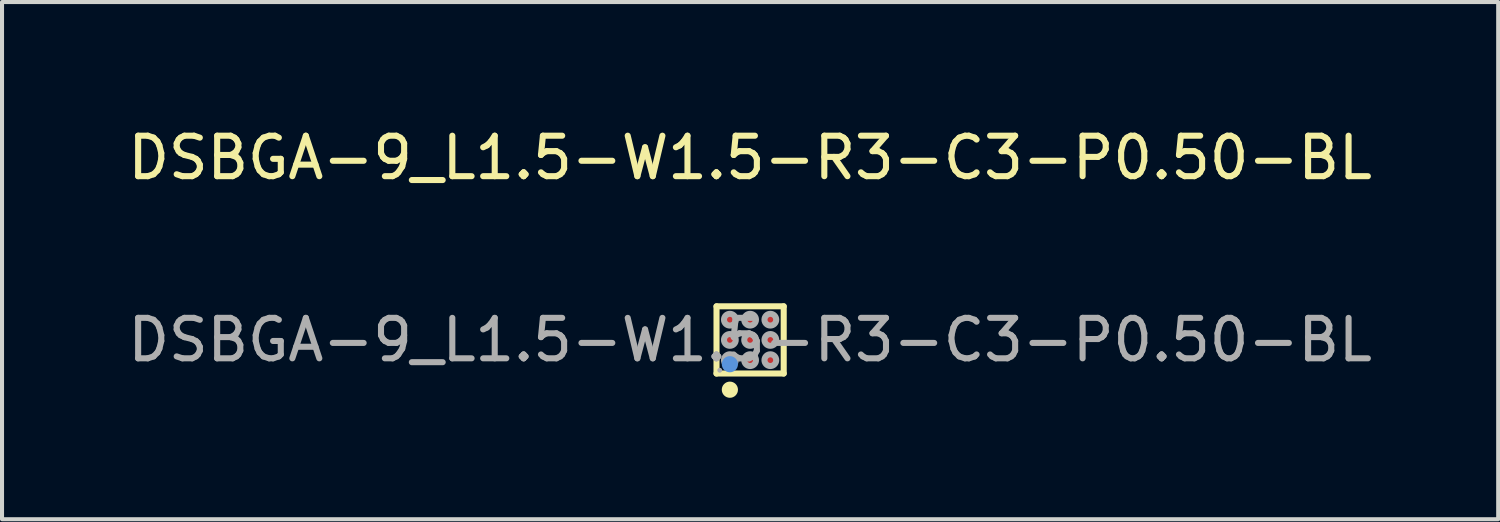
<source format=kicad_pcb>
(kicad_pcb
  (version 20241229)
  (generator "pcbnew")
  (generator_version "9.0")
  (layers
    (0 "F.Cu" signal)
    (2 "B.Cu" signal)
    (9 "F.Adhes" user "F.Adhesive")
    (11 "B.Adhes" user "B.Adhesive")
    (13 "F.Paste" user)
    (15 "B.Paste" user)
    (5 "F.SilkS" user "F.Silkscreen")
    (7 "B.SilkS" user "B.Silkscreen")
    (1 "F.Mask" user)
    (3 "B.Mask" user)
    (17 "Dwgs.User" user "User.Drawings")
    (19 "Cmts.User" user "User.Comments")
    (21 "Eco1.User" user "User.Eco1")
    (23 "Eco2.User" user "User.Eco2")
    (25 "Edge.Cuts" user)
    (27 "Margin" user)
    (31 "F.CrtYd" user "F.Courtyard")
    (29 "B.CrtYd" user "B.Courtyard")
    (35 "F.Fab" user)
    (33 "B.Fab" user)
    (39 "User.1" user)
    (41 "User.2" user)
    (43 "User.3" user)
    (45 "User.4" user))
  (footprint "DSBGA-9_L1.5-W1.5-R3-C3-P0.50-BL"
    (layer "F.Cu")
    (at 15.482 5.348)
    (property "Reference" "DSBGA-9_L1.5-W1.5-R3-C3-P0.50-BL" (at 0 -4.5 0) (layer "F.SilkS") (effects (font (size 1 1) (thickness 0.15))))
    (attr through_hole)
    (fp_line (start -0.83 -0.83) (end 0.83 -0.83) (stroke (width 0.15) (type solid)) (layer "F.SilkS"))
    (fp_line (start -0.83 0.83) (end -0.83 -0.83) (stroke (width 0.15) (type solid)) (layer "F.SilkS"))
    (fp_line (start 0.83 -0.83) (end 0.83 0.83) (stroke (width 0.15) (type solid)) (layer "F.SilkS"))
    (fp_line (start 0.83 0.83) (end -0.83 0.83) (stroke (width 0.15) (type solid)) (layer "F.SilkS"))
    (fp_circle (center -0.5 1.23) (end -0.4 1.23) (stroke (width 0.2) (type solid)) (fill no) (layer "F.SilkS"))
    (fp_circle (center -0.5 0.6) (end -0.4 0.6) (stroke (width 0.2) (type solid)) (fill no) (layer "Cmts.User"))
    (fp_circle (center -0.75 0.75) (end -0.72 0.75) (stroke (width 0.06) (type solid)) (fill no) (layer "F.Fab"))
    (fp_circle (center -0.5 -0.5) (end -0.43 -0.5) (stroke (width 0.15) (type solid)) (fill no) (layer "F.Fab"))
    (fp_circle (center -0.5 0) (end -0.43 0) (stroke (width 0.15) (type solid)) (fill no) (layer "F.Fab"))
    (fp_circle (center -0.5 0.5) (end -0.43 0.5) (stroke (width 0.15) (type solid)) (fill no) (layer "F.Fab"))
    (fp_circle (center 0 -0.5) (end 0.07 -0.5) (stroke (width 0.15) (type solid)) (fill no) (layer "F.Fab"))
    (fp_circle (center 0 0) (end 0.07 0) (stroke (width 0.15) (type solid)) (fill no) (layer "F.Fab"))
    (fp_circle (center 0 0.5) (end 0.07 0.5) (stroke (width 0.15) (type solid)) (fill no) (layer "F.Fab"))
    (fp_circle (center 0.5 -0.5) (end 0.57 -0.5) (stroke (width 0.15) (type solid)) (fill no) (layer "F.Fab"))
    (fp_circle (center 0.5 0) (end 0.57 0) (stroke (width 0.15) (type solid)) (fill no) (layer "F.Fab"))
    (fp_circle (center 0.5 0.5) (end 0.57 0.5) (stroke (width 0.15) (type solid)) (fill no) (layer "F.Fab"))
    (fp_text user "${REFERENCE}" (at 0 0 0) (layer "F.Fab") (effects (font (size 1 1) (thickness 0.15))))
    (pad "A1" smd circle (at -0.5 0.5) (size 0.24 0.24) (layers "F.Cu" "F.Mask" "F.Paste"))
    (pad "A2" smd circle (at -0.5 0) (size 0.24 0.24) (layers "F.Cu" "F.Mask" "F.Paste"))
    (pad "A3" smd circle (at -0.5 -0.5) (size 0.24 0.24) (layers "F.Cu" "F.Mask" "F.Paste"))
    (pad "B1" smd circle (at 0 0.5) (size 0.24 0.24) (layers "F.Cu" "F.Mask" "F.Paste"))
    (pad "B2" smd circle (at 0 0) (size 0.24 0.24) (layers "F.Cu" "F.Mask" "F.Paste"))
    (pad "B3" smd circle (at 0 -0.5) (size 0.24 0.24) (layers "F.Cu" "F.Mask" "F.Paste"))
    (pad "C1" smd circle (at 0.5 0.5) (size 0.24 0.24) (layers "F.Cu" "F.Mask" "F.Paste"))
    (pad "C2" smd circle (at 0.5 0) (size 0.24 0.24) (layers "F.Cu" "F.Mask" "F.Paste"))
    (pad "C3" smd circle (at 0.5 -0.5) (size 0.24 0.24) (layers "F.Cu" "F.Mask" "F.Paste")))
  (gr_rect
    (start -3 -3)
    (end 33.964 9.778)
    (stroke (width 0.1) (type default))
    (fill no)
    (layer "Edge.Cuts")))
</source>
